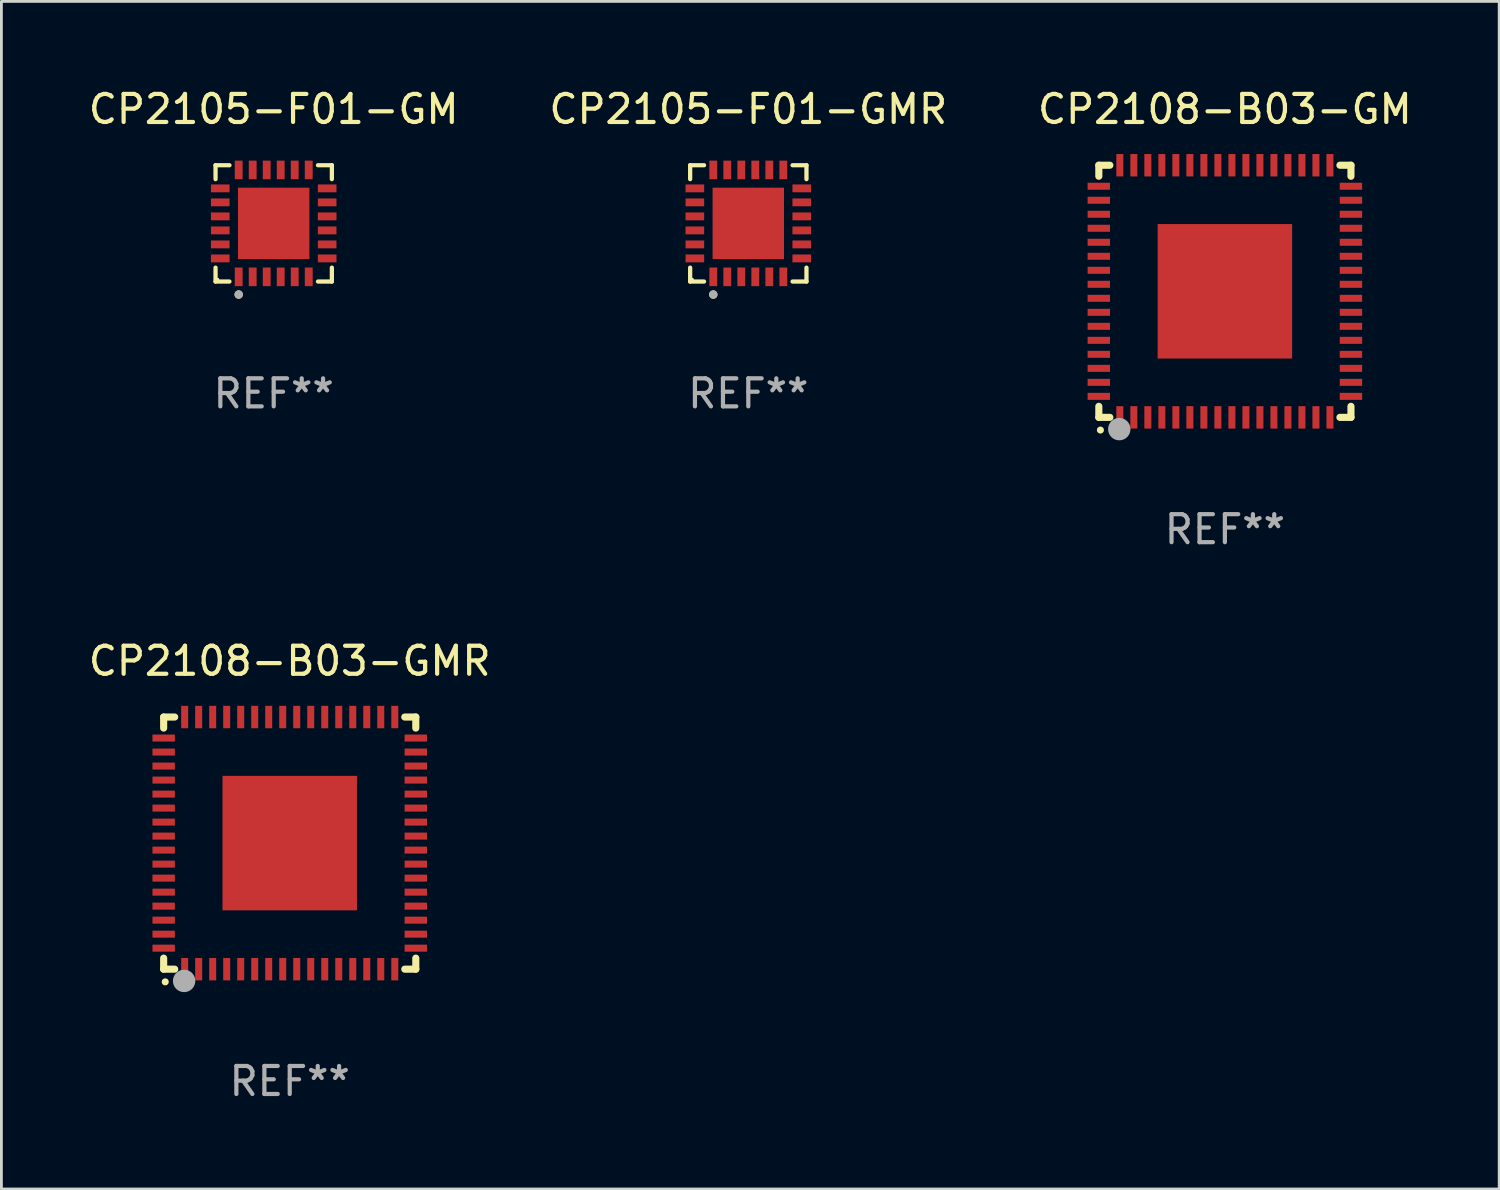
<source format=kicad_pcb>
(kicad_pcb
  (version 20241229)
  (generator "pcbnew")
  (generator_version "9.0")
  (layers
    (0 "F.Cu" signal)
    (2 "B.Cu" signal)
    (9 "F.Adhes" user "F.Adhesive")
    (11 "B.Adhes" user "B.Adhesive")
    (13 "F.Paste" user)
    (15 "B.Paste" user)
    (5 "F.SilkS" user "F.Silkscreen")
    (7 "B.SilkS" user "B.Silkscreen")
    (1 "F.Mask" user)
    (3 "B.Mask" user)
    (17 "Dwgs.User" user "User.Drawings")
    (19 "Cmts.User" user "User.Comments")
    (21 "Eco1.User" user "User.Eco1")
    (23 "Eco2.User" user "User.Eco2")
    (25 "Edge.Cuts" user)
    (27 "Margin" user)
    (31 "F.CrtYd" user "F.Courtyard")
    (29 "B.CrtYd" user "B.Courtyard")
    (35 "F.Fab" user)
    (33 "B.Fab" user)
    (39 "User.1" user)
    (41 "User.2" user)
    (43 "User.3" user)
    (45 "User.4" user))
  (footprint "CP2105-F01-GM"
    (layer "F.Cu")
    (at 6.72 4.924)
    (property "Reference" "CP2105-F01-GM" (at 0 -4.076 0) (layer "F.SilkS") (effects (font (size 1 1) (thickness 0.15))))
    (attr through_hole)
    (fp_line (start -2.076 -2.076) (end -1.58 -2.076) (stroke (width 0.152) (type solid)) (layer "F.SilkS"))
    (fp_line (start -2.076 -1.58) (end -2.076 -2.076) (stroke (width 0.152) (type solid)) (layer "F.SilkS"))
    (fp_line (start -2.076 1.58) (end -2.076 2.076) (stroke (width 0.152) (type solid)) (layer "F.SilkS"))
    (fp_line (start -2.076 2.076) (end -1.58 2.076) (stroke (width 0.152) (type solid)) (layer "F.SilkS"))
    (fp_line (start 2.076 -2.076) (end 1.58 -2.076) (stroke (width 0.152) (type solid)) (layer "F.SilkS"))
    (fp_line (start 2.076 -1.58) (end 2.076 -2.076) (stroke (width 0.152) (type solid)) (layer "F.SilkS"))
    (fp_line (start 2.076 1.58) (end 2.076 2.076) (stroke (width 0.152) (type solid)) (layer "F.SilkS"))
    (fp_line (start 2.076 2.076) (end 1.58 2.076) (stroke (width 0.152) (type solid)) (layer "F.SilkS"))
    (fp_circle (center -2 2) (end -1.97 2) (stroke (width 0.06) (type solid)) (fill no) (layer "F.SilkS"))
    (fp_circle (center -1.25 2.54) (end -1.175 2.54) (stroke (width 0.15) (type solid)) (fill no) (layer "F.SilkS"))
    (fp_circle (center -1.25 2.54) (end -1.175 2.54) (stroke (width 0.15) (type solid)) (fill no) (layer "F.Fab"))
    (fp_text user "REF**" (at 0 6.076 0) (layer "F.Fab") (effects (font (size 1 1) (thickness 0.15))))
    (pad "1" smd rect (at -1.25 1.908) (size 0.28 0.665) (layers "F.Cu" "F.Mask" "F.Paste"))
    (pad "2" smd rect (at -0.75 1.908) (size 0.28 0.665) (layers "F.Cu" "F.Mask" "F.Paste"))
    (pad "3" smd rect (at -0.25 1.908) (size 0.28 0.665) (layers "F.Cu" "F.Mask" "F.Paste"))
    (pad "4" smd rect (at 0.25 1.908) (size 0.28 0.665) (layers "F.Cu" "F.Mask" "F.Paste"))
    (pad "5" smd rect (at 0.75 1.908) (size 0.28 0.665) (layers "F.Cu" "F.Mask" "F.Paste"))
    (pad "6" smd rect (at 1.25 1.908) (size 0.28 0.665) (layers "F.Cu" "F.Mask" "F.Paste"))
    (pad "7" smd rect (at 1.908 1.25) (size 0.665 0.28) (layers "F.Cu" "F.Mask" "F.Paste"))
    (pad "8" smd rect (at 1.908 0.75) (size 0.665 0.28) (layers "F.Cu" "F.Mask" "F.Paste"))
    (pad "9" smd rect (at 1.908 0.25) (size 0.665 0.28) (layers "F.Cu" "F.Mask" "F.Paste"))
    (pad "10" smd rect (at 1.908 -0.25) (size 0.665 0.28) (layers "F.Cu" "F.Mask" "F.Paste"))
    (pad "11" smd rect (at 1.908 -0.75) (size 0.665 0.28) (layers "F.Cu" "F.Mask" "F.Paste"))
    (pad "12" smd rect (at 1.908 -1.25) (size 0.665 0.28) (layers "F.Cu" "F.Mask" "F.Paste"))
    (pad "13" smd rect (at 1.25 -1.908) (size 0.28 0.665) (layers "F.Cu" "F.Mask" "F.Paste"))
    (pad "14" smd rect (at 0.75 -1.908) (size 0.28 0.665) (layers "F.Cu" "F.Mask" "F.Paste"))
    (pad "15" smd rect (at 0.25 -1.908) (size 0.28 0.665) (layers "F.Cu" "F.Mask" "F.Paste"))
    (pad "16" smd rect (at -0.25 -1.908) (size 0.28 0.665) (layers "F.Cu" "F.Mask" "F.Paste"))
    (pad "17" smd rect (at -0.75 -1.908) (size 0.28 0.665) (layers "F.Cu" "F.Mask" "F.Paste"))
    (pad "18" smd rect (at -1.25 -1.908) (size 0.28 0.665) (layers "F.Cu" "F.Mask" "F.Paste"))
    (pad "19" smd rect (at -1.908 -1.25) (size 0.665 0.28) (layers "F.Cu" "F.Mask" "F.Paste"))
    (pad "20" smd rect (at -1.908 -0.75) (size 0.665 0.28) (layers "F.Cu" "F.Mask" "F.Paste"))
    (pad "21" smd rect (at -1.908 -0.25) (size 0.665 0.28) (layers "F.Cu" "F.Mask" "F.Paste"))
    (pad "22" smd rect (at -1.908 0.25) (size 0.665 0.28) (layers "F.Cu" "F.Mask" "F.Paste"))
    (pad "23" smd rect (at -1.908 0.75) (size 0.665 0.28) (layers "F.Cu" "F.Mask" "F.Paste"))
    (pad "24" smd rect (at -1.908 1.25) (size 0.665 0.28) (layers "F.Cu" "F.Mask" "F.Paste"))
    (pad "25" smd rect (at 0 0) (size 2.55 2.55) (layers "F.Cu" "F.Mask" "F.Paste")))
  (footprint "CP2105-F01-GMR"
    (layer "F.Cu")
    (at 23.661 4.924)
    (property "Reference" "CP2105-F01-GMR" (at 0 -4.076 0) (layer "F.SilkS") (effects (font (size 1 1) (thickness 0.15))))
    (attr through_hole)
    (fp_line (start -2.076 -2.076) (end -1.58 -2.076) (stroke (width 0.152) (type solid)) (layer "F.SilkS"))
    (fp_line (start -2.076 -1.58) (end -2.076 -2.076) (stroke (width 0.152) (type solid)) (layer "F.SilkS"))
    (fp_line (start -2.076 1.58) (end -2.076 2.076) (stroke (width 0.152) (type solid)) (layer "F.SilkS"))
    (fp_line (start -2.076 2.076) (end -1.58 2.076) (stroke (width 0.152) (type solid)) (layer "F.SilkS"))
    (fp_line (start 2.076 -2.076) (end 1.58 -2.076) (stroke (width 0.152) (type solid)) (layer "F.SilkS"))
    (fp_line (start 2.076 -1.58) (end 2.076 -2.076) (stroke (width 0.152) (type solid)) (layer "F.SilkS"))
    (fp_line (start 2.076 1.58) (end 2.076 2.076) (stroke (width 0.152) (type solid)) (layer "F.SilkS"))
    (fp_line (start 2.076 2.076) (end 1.58 2.076) (stroke (width 0.152) (type solid)) (layer "F.SilkS"))
    (fp_circle (center -2 2) (end -1.97 2) (stroke (width 0.06) (type solid)) (fill no) (layer "F.SilkS"))
    (fp_circle (center -1.25 2.54) (end -1.175 2.54) (stroke (width 0.15) (type solid)) (fill no) (layer "F.SilkS"))
    (fp_circle (center -1.25 2.54) (end -1.175 2.54) (stroke (width 0.15) (type solid)) (fill no) (layer "F.Fab"))
    (fp_text user "REF**" (at 0 6.076 0) (layer "F.Fab") (effects (font (size 1 1) (thickness 0.15))))
    (pad "1" smd rect (at -1.25 1.908) (size 0.28 0.665) (layers "F.Cu" "F.Mask" "F.Paste"))
    (pad "2" smd rect (at -0.75 1.908) (size 0.28 0.665) (layers "F.Cu" "F.Mask" "F.Paste"))
    (pad "3" smd rect (at -0.25 1.908) (size 0.28 0.665) (layers "F.Cu" "F.Mask" "F.Paste"))
    (pad "4" smd rect (at 0.25 1.908) (size 0.28 0.665) (layers "F.Cu" "F.Mask" "F.Paste"))
    (pad "5" smd rect (at 0.75 1.908) (size 0.28 0.665) (layers "F.Cu" "F.Mask" "F.Paste"))
    (pad "6" smd rect (at 1.25 1.908) (size 0.28 0.665) (layers "F.Cu" "F.Mask" "F.Paste"))
    (pad "7" smd rect (at 1.908 1.25) (size 0.665 0.28) (layers "F.Cu" "F.Mask" "F.Paste"))
    (pad "8" smd rect (at 1.908 0.75) (size 0.665 0.28) (layers "F.Cu" "F.Mask" "F.Paste"))
    (pad "9" smd rect (at 1.908 0.25) (size 0.665 0.28) (layers "F.Cu" "F.Mask" "F.Paste"))
    (pad "10" smd rect (at 1.908 -0.25) (size 0.665 0.28) (layers "F.Cu" "F.Mask" "F.Paste"))
    (pad "11" smd rect (at 1.908 -0.75) (size 0.665 0.28) (layers "F.Cu" "F.Mask" "F.Paste"))
    (pad "12" smd rect (at 1.908 -1.25) (size 0.665 0.28) (layers "F.Cu" "F.Mask" "F.Paste"))
    (pad "13" smd rect (at 1.25 -1.908) (size 0.28 0.665) (layers "F.Cu" "F.Mask" "F.Paste"))
    (pad "14" smd rect (at 0.75 -1.908) (size 0.28 0.665) (layers "F.Cu" "F.Mask" "F.Paste"))
    (pad "15" smd rect (at 0.25 -1.908) (size 0.28 0.665) (layers "F.Cu" "F.Mask" "F.Paste"))
    (pad "16" smd rect (at -0.25 -1.908) (size 0.28 0.665) (layers "F.Cu" "F.Mask" "F.Paste"))
    (pad "17" smd rect (at -0.75 -1.908) (size 0.28 0.665) (layers "F.Cu" "F.Mask" "F.Paste"))
    (pad "18" smd rect (at -1.25 -1.908) (size 0.28 0.665) (layers "F.Cu" "F.Mask" "F.Paste"))
    (pad "19" smd rect (at -1.908 -1.25) (size 0.665 0.28) (layers "F.Cu" "F.Mask" "F.Paste"))
    (pad "20" smd rect (at -1.908 -0.75) (size 0.665 0.28) (layers "F.Cu" "F.Mask" "F.Paste"))
    (pad "21" smd rect (at -1.908 -0.25) (size 0.665 0.28) (layers "F.Cu" "F.Mask" "F.Paste"))
    (pad "22" smd rect (at -1.908 0.25) (size 0.665 0.28) (layers "F.Cu" "F.Mask" "F.Paste"))
    (pad "23" smd rect (at -1.908 0.75) (size 0.665 0.28) (layers "F.Cu" "F.Mask" "F.Paste"))
    (pad "24" smd rect (at -1.908 1.25) (size 0.665 0.28) (layers "F.Cu" "F.Mask" "F.Paste"))
    (pad "25" smd rect (at 0 0) (size 2.55 2.55) (layers "F.Cu" "F.Mask" "F.Paste")))
  (footprint "CP2108-B03-GMR"
    (layer "F.Cu")
    (at 7.292 27.045)
    (property "Reference" "CP2108-B03-GMR" (at 0 -6.5 0) (layer "F.SilkS") (effects (font (size 1 1) (thickness 0.15))))
    (attr through_hole)
    (fp_line (start -4.5 -4.5) (end -4.106 -4.5) (stroke (width 0.254) (type solid)) (layer "F.SilkS"))
    (fp_line (start -4.5 -4.106) (end -4.5 -4.5) (stroke (width 0.254) (type solid)) (layer "F.SilkS"))
    (fp_line (start -4.5 4.5) (end -4.5 4.106) (stroke (width 0.254) (type solid)) (layer "F.SilkS"))
    (fp_line (start -4.106 4.5) (end -4.5 4.5) (stroke (width 0.254) (type solid)) (layer "F.SilkS"))
    (fp_line (start 4.106 -4.5) (end 4.5 -4.5) (stroke (width 0.254) (type solid)) (layer "F.SilkS"))
    (fp_line (start 4.5 -4.5) (end 4.5 -4.106) (stroke (width 0.254) (type solid)) (layer "F.SilkS"))
    (fp_line (start 4.5 4.106) (end 4.5 4.5) (stroke (width 0.254) (type solid)) (layer "F.SilkS"))
    (fp_line (start 4.5 4.5) (end 4.106 4.5) (stroke (width 0.254) (type solid)) (layer "F.SilkS"))
    (fp_arc (start -4.444945 4.953073) (mid -4.443675 4.953067) (end -4.442405 4.953073) (stroke (width 0.24892) (type solid)) (layer "F.SilkS"))
    (fp_circle (center -4.5 4.5) (end -4.47 4.5) (stroke (width 0.06) (type solid)) (fill no) (layer "F.SilkS"))
    (fp_circle (center -3.77 4.92) (end -3.57 4.92) (stroke (width 0.4) (type solid)) (fill no) (layer "F.Fab"))
    (fp_text user "REF**" (at 0 8.5 0) (layer "F.Fab") (effects (font (size 1 1) (thickness 0.15))))
    (pad "1" smd rect (at -3.75 4.5 90) (size 0.8 0.25) (layers "F.Cu" "F.Mask" "F.Paste"))
    (pad "2" smd rect (at -3.25 4.5 90) (size 0.8 0.25) (layers "F.Cu" "F.Mask" "F.Paste"))
    (pad "3" smd rect (at -2.75 4.5 90) (size 0.8 0.25) (layers "F.Cu" "F.Mask" "F.Paste"))
    (pad "4" smd rect (at -2.25 4.5 90) (size 0.8 0.25) (layers "F.Cu" "F.Mask" "F.Paste"))
    (pad "5" smd rect (at -1.75 4.5 90) (size 0.8 0.25) (layers "F.Cu" "F.Mask" "F.Paste"))
    (pad "6" smd rect (at -1.25 4.5 90) (size 0.8 0.25) (layers "F.Cu" "F.Mask" "F.Paste"))
    (pad "7" smd rect (at -0.75 4.5 90) (size 0.8 0.25) (layers "F.Cu" "F.Mask" "F.Paste"))
    (pad "8" smd rect (at -0.25 4.5 90) (size 0.8 0.25) (layers "F.Cu" "F.Mask" "F.Paste"))
    (pad "9" smd rect (at 0.25 4.5 90) (size 0.8 0.25) (layers "F.Cu" "F.Mask" "F.Paste"))
    (pad "10" smd rect (at 0.75 4.5 90) (size 0.8 0.25) (layers "F.Cu" "F.Mask" "F.Paste"))
    (pad "11" smd rect (at 1.25 4.5 90) (size 0.8 0.25) (layers "F.Cu" "F.Mask" "F.Paste"))
    (pad "12" smd rect (at 1.75 4.5 90) (size 0.8 0.25) (layers "F.Cu" "F.Mask" "F.Paste"))
    (pad "13" smd rect (at 2.25 4.5 90) (size 0.8 0.25) (layers "F.Cu" "F.Mask" "F.Paste"))
    (pad "14" smd rect (at 2.75 4.5 90) (size 0.8 0.25) (layers "F.Cu" "F.Mask" "F.Paste"))
    (pad "15" smd rect (at 3.25 4.5 90) (size 0.8 0.25) (layers "F.Cu" "F.Mask" "F.Paste"))
    (pad "16" smd rect (at 3.75 4.5 90) (size 0.8 0.25) (layers "F.Cu" "F.Mask" "F.Paste"))
    (pad "17" smd rect (at 4.5 3.75) (size 0.8 0.25) (layers "F.Cu" "F.Mask" "F.Paste"))
    (pad "18" smd rect (at 4.5 3.25) (size 0.8 0.25) (layers "F.Cu" "F.Mask" "F.Paste"))
    (pad "19" smd rect (at 4.5 2.75) (size 0.8 0.25) (layers "F.Cu" "F.Mask" "F.Paste"))
    (pad "20" smd rect (at 4.5 2.25) (size 0.8 0.25) (layers "F.Cu" "F.Mask" "F.Paste"))
    (pad "21" smd rect (at 4.5 1.75) (size 0.8 0.25) (layers "F.Cu" "F.Mask" "F.Paste"))
    (pad "22" smd rect (at 4.5 1.25) (size 0.8 0.25) (layers "F.Cu" "F.Mask" "F.Paste"))
    (pad "23" smd rect (at 4.5 0.75) (size 0.8 0.25) (layers "F.Cu" "F.Mask" "F.Paste"))
    (pad "24" smd rect (at 4.5 0.25) (size 0.8 0.25) (layers "F.Cu" "F.Mask" "F.Paste"))
    (pad "25" smd rect (at 4.5 -0.25) (size 0.8 0.25) (layers "F.Cu" "F.Mask" "F.Paste"))
    (pad "26" smd rect (at 4.5 -0.75) (size 0.8 0.25) (layers "F.Cu" "F.Mask" "F.Paste"))
    (pad "27" smd rect (at 4.5 -1.25) (size 0.8 0.25) (layers "F.Cu" "F.Mask" "F.Paste"))
    (pad "28" smd rect (at 4.5 -1.75) (size 0.8 0.25) (layers "F.Cu" "F.Mask" "F.Paste"))
    (pad "29" smd rect (at 4.5 -2.25) (size 0.8 0.25) (layers "F.Cu" "F.Mask" "F.Paste"))
    (pad "30" smd rect (at 4.5 -2.75) (size 0.8 0.25) (layers "F.Cu" "F.Mask" "F.Paste"))
    (pad "31" smd rect (at 4.5 -3.25) (size 0.8 0.25) (layers "F.Cu" "F.Mask" "F.Paste"))
    (pad "32" smd rect (at 4.5 -3.75) (size 0.8 0.25) (layers "F.Cu" "F.Mask" "F.Paste"))
    (pad "33" smd rect (at 3.75 -4.5 90) (size 0.8 0.25) (layers "F.Cu" "F.Mask" "F.Paste"))
    (pad "34" smd rect (at 3.25 -4.5 90) (size 0.8 0.25) (layers "F.Cu" "F.Mask" "F.Paste"))
    (pad "35" smd rect (at 2.75 -4.5 90) (size 0.8 0.25) (layers "F.Cu" "F.Mask" "F.Paste"))
    (pad "36" smd rect (at 2.25 -4.5 90) (size 0.8 0.25) (layers "F.Cu" "F.Mask" "F.Paste"))
    (pad "37" smd rect (at 1.75 -4.5 90) (size 0.8 0.25) (layers "F.Cu" "F.Mask" "F.Paste"))
    (pad "38" smd rect (at 1.25 -4.5 90) (size 0.8 0.25) (layers "F.Cu" "F.Mask" "F.Paste"))
    (pad "39" smd rect (at 0.75 -4.5 90) (size 0.8 0.25) (layers "F.Cu" "F.Mask" "F.Paste"))
    (pad "40" smd rect (at 0.25 -4.5 90) (size 0.8 0.25) (layers "F.Cu" "F.Mask" "F.Paste"))
    (pad "41" smd rect (at -0.25 -4.5 90) (size 0.8 0.25) (layers "F.Cu" "F.Mask" "F.Paste"))
    (pad "42" smd rect (at -0.75 -4.5 90) (size 0.8 0.25) (layers "F.Cu" "F.Mask" "F.Paste"))
    (pad "43" smd rect (at -1.25 -4.5 90) (size 0.8 0.25) (layers "F.Cu" "F.Mask" "F.Paste"))
    (pad "44" smd rect (at -1.75 -4.5 90) (size 0.8 0.25) (layers "F.Cu" "F.Mask" "F.Paste"))
    (pad "45" smd rect (at -2.25 -4.5 90) (size 0.8 0.25) (layers "F.Cu" "F.Mask" "F.Paste"))
    (pad "46" smd rect (at -2.75 -4.5 90) (size 0.8 0.25) (layers "F.Cu" "F.Mask" "F.Paste"))
    (pad "47" smd rect (at -3.25 -4.5 90) (size 0.8 0.25) (layers "F.Cu" "F.Mask" "F.Paste"))
    (pad "48" smd rect (at -3.75 -4.5 90) (size 0.8 0.25) (layers "F.Cu" "F.Mask" "F.Paste"))
    (pad "49" smd rect (at -4.5 -3.75) (size 0.8 0.25) (layers "F.Cu" "F.Mask" "F.Paste"))
    (pad "50" smd rect (at -4.5 -3.25) (size 0.8 0.25) (layers "F.Cu" "F.Mask" "F.Paste"))
    (pad "51" smd rect (at -4.5 -2.75) (size 0.8 0.25) (layers "F.Cu" "F.Mask" "F.Paste"))
    (pad "52" smd rect (at -4.5 -2.25) (size 0.8 0.25) (layers "F.Cu" "F.Mask" "F.Paste"))
    (pad "53" smd rect (at -4.5 -1.75) (size 0.8 0.25) (layers "F.Cu" "F.Mask" "F.Paste"))
    (pad "54" smd rect (at -4.5 -1.25) (size 0.8 0.25) (layers "F.Cu" "F.Mask" "F.Paste"))
    (pad "55" smd rect (at -4.5 -0.75) (size 0.8 0.25) (layers "F.Cu" "F.Mask" "F.Paste"))
    (pad "56" smd rect (at -4.5 -0.25) (size 0.8 0.25) (layers "F.Cu" "F.Mask" "F.Paste"))
    (pad "57" smd rect (at -4.5 0.25) (size 0.8 0.25) (layers "F.Cu" "F.Mask" "F.Paste"))
    (pad "58" smd rect (at -4.5 0.75) (size 0.8 0.25) (layers "F.Cu" "F.Mask" "F.Paste"))
    (pad "59" smd rect (at -4.5 1.25) (size 0.8 0.25) (layers "F.Cu" "F.Mask" "F.Paste"))
    (pad "60" smd rect (at -4.5 1.75) (size 0.8 0.25) (layers "F.Cu" "F.Mask" "F.Paste"))
    (pad "61" smd rect (at -4.5 2.25) (size 0.8 0.25) (layers "F.Cu" "F.Mask" "F.Paste"))
    (pad "62" smd rect (at -4.5 2.75) (size 0.8 0.25) (layers "F.Cu" "F.Mask" "F.Paste"))
    (pad "63" smd rect (at -4.5 3.25) (size 0.8 0.25) (layers "F.Cu" "F.Mask" "F.Paste"))
    (pad "64" smd rect (at -4.5 3.75) (size 0.8 0.25) (layers "F.Cu" "F.Mask" "F.Paste"))
    (pad "65" smd rect (at 0.000191 -0.000064) (size 4.8 4.8) (layers "F.Cu" "F.Mask" "F.Paste")))
  (footprint "CP2108-B03-GM"
    (layer "F.Cu")
    (at 40.673 7.348)
    (property "Reference" "CP2108-B03-GM" (at 0 -6.5 0) (layer "F.SilkS") (effects (font (size 1 1) (thickness 0.15))))
    (attr through_hole)
    (fp_line (start -4.5 -4.5) (end -4.106 -4.5) (stroke (width 0.254) (type solid)) (layer "F.SilkS"))
    (fp_line (start -4.5 -4.106) (end -4.5 -4.5) (stroke (width 0.254) (type solid)) (layer "F.SilkS"))
    (fp_line (start -4.5 4.5) (end -4.5 4.106) (stroke (width 0.254) (type solid)) (layer "F.SilkS"))
    (fp_line (start -4.106 4.5) (end -4.5 4.5) (stroke (width 0.254) (type solid)) (layer "F.SilkS"))
    (fp_line (start 4.106 -4.5) (end 4.5 -4.5) (stroke (width 0.254) (type solid)) (layer "F.SilkS"))
    (fp_line (start 4.5 -4.5) (end 4.5 -4.106) (stroke (width 0.254) (type solid)) (layer "F.SilkS"))
    (fp_line (start 4.5 4.106) (end 4.5 4.5) (stroke (width 0.254) (type solid)) (layer "F.SilkS"))
    (fp_line (start 4.5 4.5) (end 4.106 4.5) (stroke (width 0.254) (type solid)) (layer "F.SilkS"))
    (fp_arc (start -4.444945 4.953073) (mid -4.443675 4.953067) (end -4.442405 4.953073) (stroke (width 0.24892) (type solid)) (layer "F.SilkS"))
    (fp_circle (center -4.5 4.5) (end -4.47 4.5) (stroke (width 0.06) (type solid)) (fill no) (layer "F.SilkS"))
    (fp_circle (center -3.77 4.92) (end -3.57 4.92) (stroke (width 0.4) (type solid)) (fill no) (layer "F.Fab"))
    (fp_text user "REF**" (at 0 8.5 0) (layer "F.Fab") (effects (font (size 1 1) (thickness 0.15))))
    (pad "1" smd rect (at -3.75 4.5 90) (size 0.8 0.25) (layers "F.Cu" "F.Mask" "F.Paste"))
    (pad "2" smd rect (at -3.25 4.5 90) (size 0.8 0.25) (layers "F.Cu" "F.Mask" "F.Paste"))
    (pad "3" smd rect (at -2.75 4.5 90) (size 0.8 0.25) (layers "F.Cu" "F.Mask" "F.Paste"))
    (pad "4" smd rect (at -2.25 4.5 90) (size 0.8 0.25) (layers "F.Cu" "F.Mask" "F.Paste"))
    (pad "5" smd rect (at -1.75 4.5 90) (size 0.8 0.25) (layers "F.Cu" "F.Mask" "F.Paste"))
    (pad "6" smd rect (at -1.25 4.5 90) (size 0.8 0.25) (layers "F.Cu" "F.Mask" "F.Paste"))
    (pad "7" smd rect (at -0.75 4.5 90) (size 0.8 0.25) (layers "F.Cu" "F.Mask" "F.Paste"))
    (pad "8" smd rect (at -0.25 4.5 90) (size 0.8 0.25) (layers "F.Cu" "F.Mask" "F.Paste"))
    (pad "9" smd rect (at 0.25 4.5 90) (size 0.8 0.25) (layers "F.Cu" "F.Mask" "F.Paste"))
    (pad "10" smd rect (at 0.75 4.5 90) (size 0.8 0.25) (layers "F.Cu" "F.Mask" "F.Paste"))
    (pad "11" smd rect (at 1.25 4.5 90) (size 0.8 0.25) (layers "F.Cu" "F.Mask" "F.Paste"))
    (pad "12" smd rect (at 1.75 4.5 90) (size 0.8 0.25) (layers "F.Cu" "F.Mask" "F.Paste"))
    (pad "13" smd rect (at 2.25 4.5 90) (size 0.8 0.25) (layers "F.Cu" "F.Mask" "F.Paste"))
    (pad "14" smd rect (at 2.75 4.5 90) (size 0.8 0.25) (layers "F.Cu" "F.Mask" "F.Paste"))
    (pad "15" smd rect (at 3.25 4.5 90) (size 0.8 0.25) (layers "F.Cu" "F.Mask" "F.Paste"))
    (pad "16" smd rect (at 3.75 4.5 90) (size 0.8 0.25) (layers "F.Cu" "F.Mask" "F.Paste"))
    (pad "17" smd rect (at 4.5 3.75) (size 0.8 0.25) (layers "F.Cu" "F.Mask" "F.Paste"))
    (pad "18" smd rect (at 4.5 3.25) (size 0.8 0.25) (layers "F.Cu" "F.Mask" "F.Paste"))
    (pad "19" smd rect (at 4.5 2.75) (size 0.8 0.25) (layers "F.Cu" "F.Mask" "F.Paste"))
    (pad "20" smd rect (at 4.5 2.25) (size 0.8 0.25) (layers "F.Cu" "F.Mask" "F.Paste"))
    (pad "21" smd rect (at 4.5 1.75) (size 0.8 0.25) (layers "F.Cu" "F.Mask" "F.Paste"))
    (pad "22" smd rect (at 4.5 1.25) (size 0.8 0.25) (layers "F.Cu" "F.Mask" "F.Paste"))
    (pad "23" smd rect (at 4.5 0.75) (size 0.8 0.25) (layers "F.Cu" "F.Mask" "F.Paste"))
    (pad "24" smd rect (at 4.5 0.25) (size 0.8 0.25) (layers "F.Cu" "F.Mask" "F.Paste"))
    (pad "25" smd rect (at 4.5 -0.25) (size 0.8 0.25) (layers "F.Cu" "F.Mask" "F.Paste"))
    (pad "26" smd rect (at 4.5 -0.75) (size 0.8 0.25) (layers "F.Cu" "F.Mask" "F.Paste"))
    (pad "27" smd rect (at 4.5 -1.25) (size 0.8 0.25) (layers "F.Cu" "F.Mask" "F.Paste"))
    (pad "28" smd rect (at 4.5 -1.75) (size 0.8 0.25) (layers "F.Cu" "F.Mask" "F.Paste"))
    (pad "29" smd rect (at 4.5 -2.25) (size 0.8 0.25) (layers "F.Cu" "F.Mask" "F.Paste"))
    (pad "30" smd rect (at 4.5 -2.75) (size 0.8 0.25) (layers "F.Cu" "F.Mask" "F.Paste"))
    (pad "31" smd rect (at 4.5 -3.25) (size 0.8 0.25) (layers "F.Cu" "F.Mask" "F.Paste"))
    (pad "32" smd rect (at 4.5 -3.75) (size 0.8 0.25) (layers "F.Cu" "F.Mask" "F.Paste"))
    (pad "33" smd rect (at 3.75 -4.5 90) (size 0.8 0.25) (layers "F.Cu" "F.Mask" "F.Paste"))
    (pad "34" smd rect (at 3.25 -4.5 90) (size 0.8 0.25) (layers "F.Cu" "F.Mask" "F.Paste"))
    (pad "35" smd rect (at 2.75 -4.5 90) (size 0.8 0.25) (layers "F.Cu" "F.Mask" "F.Paste"))
    (pad "36" smd rect (at 2.25 -4.5 90) (size 0.8 0.25) (layers "F.Cu" "F.Mask" "F.Paste"))
    (pad "37" smd rect (at 1.75 -4.5 90) (size 0.8 0.25) (layers "F.Cu" "F.Mask" "F.Paste"))
    (pad "38" smd rect (at 1.25 -4.5 90) (size 0.8 0.25) (layers "F.Cu" "F.Mask" "F.Paste"))
    (pad "39" smd rect (at 0.75 -4.5 90) (size 0.8 0.25) (layers "F.Cu" "F.Mask" "F.Paste"))
    (pad "40" smd rect (at 0.25 -4.5 90) (size 0.8 0.25) (layers "F.Cu" "F.Mask" "F.Paste"))
    (pad "41" smd rect (at -0.25 -4.5 90) (size 0.8 0.25) (layers "F.Cu" "F.Mask" "F.Paste"))
    (pad "42" smd rect (at -0.75 -4.5 90) (size 0.8 0.25) (layers "F.Cu" "F.Mask" "F.Paste"))
    (pad "43" smd rect (at -1.25 -4.5 90) (size 0.8 0.25) (layers "F.Cu" "F.Mask" "F.Paste"))
    (pad "44" smd rect (at -1.75 -4.5 90) (size 0.8 0.25) (layers "F.Cu" "F.Mask" "F.Paste"))
    (pad "45" smd rect (at -2.25 -4.5 90) (size 0.8 0.25) (layers "F.Cu" "F.Mask" "F.Paste"))
    (pad "46" smd rect (at -2.75 -4.5 90) (size 0.8 0.25) (layers "F.Cu" "F.Mask" "F.Paste"))
    (pad "47" smd rect (at -3.25 -4.5 90) (size 0.8 0.25) (layers "F.Cu" "F.Mask" "F.Paste"))
    (pad "48" smd rect (at -3.75 -4.5 90) (size 0.8 0.25) (layers "F.Cu" "F.Mask" "F.Paste"))
    (pad "49" smd rect (at -4.5 -3.75) (size 0.8 0.25) (layers "F.Cu" "F.Mask" "F.Paste"))
    (pad "50" smd rect (at -4.5 -3.25) (size 0.8 0.25) (layers "F.Cu" "F.Mask" "F.Paste"))
    (pad "51" smd rect (at -4.5 -2.75) (size 0.8 0.25) (layers "F.Cu" "F.Mask" "F.Paste"))
    (pad "52" smd rect (at -4.5 -2.25) (size 0.8 0.25) (layers "F.Cu" "F.Mask" "F.Paste"))
    (pad "53" smd rect (at -4.5 -1.75) (size 0.8 0.25) (layers "F.Cu" "F.Mask" "F.Paste"))
    (pad "54" smd rect (at -4.5 -1.25) (size 0.8 0.25) (layers "F.Cu" "F.Mask" "F.Paste"))
    (pad "55" smd rect (at -4.5 -0.75) (size 0.8 0.25) (layers "F.Cu" "F.Mask" "F.Paste"))
    (pad "56" smd rect (at -4.5 -0.25) (size 0.8 0.25) (layers "F.Cu" "F.Mask" "F.Paste"))
    (pad "57" smd rect (at -4.5 0.25) (size 0.8 0.25) (layers "F.Cu" "F.Mask" "F.Paste"))
    (pad "58" smd rect (at -4.5 0.75) (size 0.8 0.25) (layers "F.Cu" "F.Mask" "F.Paste"))
    (pad "59" smd rect (at -4.5 1.25) (size 0.8 0.25) (layers "F.Cu" "F.Mask" "F.Paste"))
    (pad "60" smd rect (at -4.5 1.75) (size 0.8 0.25) (layers "F.Cu" "F.Mask" "F.Paste"))
    (pad "61" smd rect (at -4.5 2.25) (size 0.8 0.25) (layers "F.Cu" "F.Mask" "F.Paste"))
    (pad "62" smd rect (at -4.5 2.75) (size 0.8 0.25) (layers "F.Cu" "F.Mask" "F.Paste"))
    (pad "63" smd rect (at -4.5 3.25) (size 0.8 0.25) (layers "F.Cu" "F.Mask" "F.Paste"))
    (pad "64" smd rect (at -4.5 3.75) (size 0.8 0.25) (layers "F.Cu" "F.Mask" "F.Paste"))
    (pad "65" smd rect (at 0.000191 -0.000064) (size 4.8 4.8) (layers "F.Cu" "F.Mask" "F.Paste")))
  (gr_rect
    (start -3 -3)
    (end 50.464 39.393)
    (stroke (width 0.1) (type default))
    (fill no)
    (layer "Edge.Cuts")))
</source>
